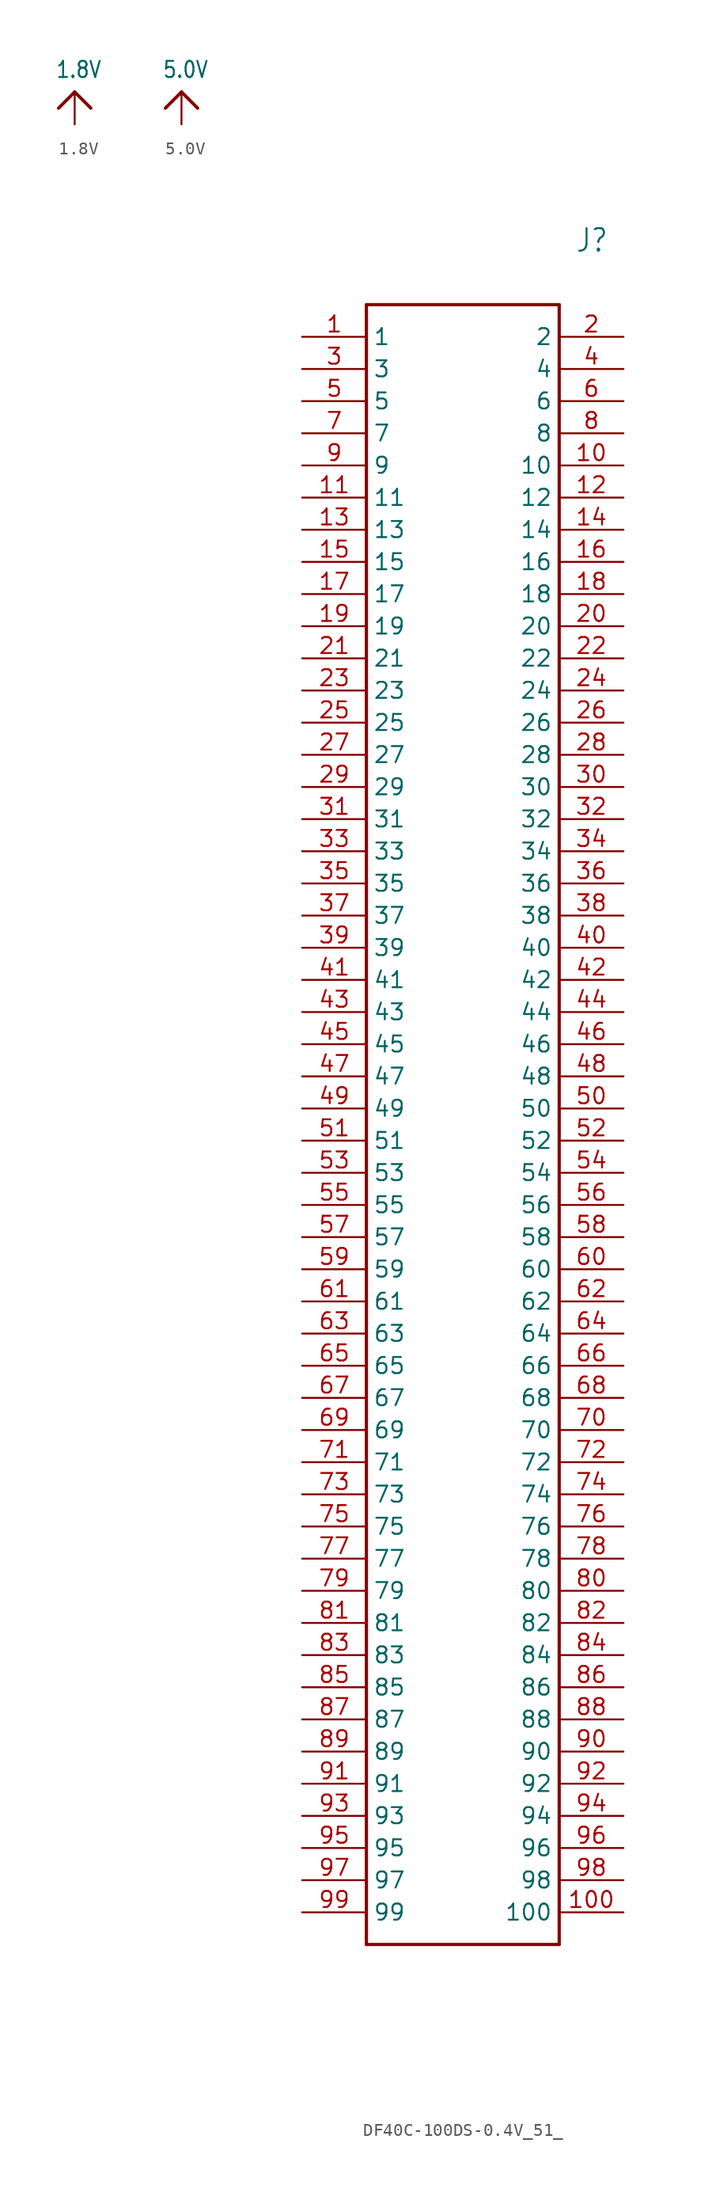
<source format=kicad_sym>
(kicad_symbol_lib
  (version 20220914)
  (generator kicad_symbol_editor)
  (symbol "1.8V"
    (power)
    (property "Reference" ""
      (at 0 0 0)
      (effects (font (size 1.27 1.27)) hide))
    (property "Value" "1.8V"
      (at -1.524 1.016 0)
      (effects (font (size 1.27 1.079)) (justify left bottom)))
    (property "ki_locked" ""
      (at 0 0 0)
      (effects (font (size 1.27 1.27))))
    (symbol "1.8V_1_0"
      (polyline (pts (xy -1.27 -1.27) (xy 0 0)) (stroke (width 0.254) (type solid)) (fill (type none)))
      (polyline (pts (xy 0 0) (xy 1.27 -1.27)) (stroke (width 0.254) (type solid)) (fill (type none)))
      (pin power_in line (at 0 -2.54 90) (length 2.54) (name "1.8V" (effects (font (size 0 0)))) (number "1" (effects (font (size 0 0)))))))
  (symbol "5.0V"
    (power)
    (property "Reference" ""
      (at 0 0 0)
      (effects (font (size 1.27 1.27)) hide))
    (property "Value" "5.0V"
      (at -1.524 1.016 0)
      (effects (font (size 1.27 1.079)) (justify left bottom)))
    (property "ki_locked" ""
      (at 0 0 0)
      (effects (font (size 1.27 1.27))))
    (symbol "5.0V_1_0"
      (polyline (pts (xy -1.27 -1.27) (xy 0 0)) (stroke (width 0.254) (type solid)) (fill (type none)))
      (polyline (pts (xy 0 0) (xy 1.27 -1.27)) (stroke (width 0.254) (type solid)) (fill (type none)))
      (pin power_in line (at 0 -2.54 90) (length 2.54) (name "5.0V" (effects (font (size 0 0)))) (number "1" (effects (font (size 0 0)))))))
  (symbol "DF40C-100DS-0.4V_51_"
    (property "Reference" "J"
      (at 21.59 7.62 0)
      (effects (font (size 1.778 1.511)) (justify left)))
    (property "Value" ""
      (at 21.59 5.08 0)
      (effects (font (size 1.778 1.511)) (justify left)))
    (property "ki_locked" ""
      (at 0 0 0)
      (effects (font (size 1.27 1.27))))
    (symbol "DF40C-100DS-0.4V_51__1_0"
      (polyline (pts (xy 5.08 2.54) (xy 5.08 -127)) (stroke (width 0.254) (type solid)) (fill (type none)))
      (polyline (pts (xy 5.08 2.54) (xy 20.32 2.54)) (stroke (width 0.254) (type solid)) (fill (type none)))
      (polyline (pts (xy 20.32 -127) (xy 5.08 -127)) (stroke (width 0.254) (type solid)) (fill (type none)))
      (polyline (pts (xy 20.32 -127) (xy 20.32 2.54)) (stroke (width 0.254) (type solid)) (fill (type none)))
      (pin bidirectional line (at 0 0 0) (length 5.08) (name "1" (effects (font (size 1.27 1.27)))) (number "1" (effects (font (size 1.27 1.27)))))
      (pin bidirectional line (at 25.4 -10.16 180) (length 5.08) (name "10" (effects (font (size 1.27 1.27)))) (number "10" (effects (font (size 1.27 1.27)))))
      (pin bidirectional line (at 25.4 -124.46 180) (length 5.08) (name "100" (effects (font (size 1.27 1.27)))) (number "100" (effects (font (size 1.27 1.27)))))
      (pin bidirectional line (at 0 -12.7 0) (length 5.08) (name "11" (effects (font (size 1.27 1.27)))) (number "11" (effects (font (size 1.27 1.27)))))
      (pin bidirectional line (at 25.4 -12.7 180) (length 5.08) (name "12" (effects (font (size 1.27 1.27)))) (number "12" (effects (font (size 1.27 1.27)))))
      (pin bidirectional line (at 0 -15.24 0) (length 5.08) (name "13" (effects (font (size 1.27 1.27)))) (number "13" (effects (font (size 1.27 1.27)))))
      (pin bidirectional line (at 25.4 -15.24 180) (length 5.08) (name "14" (effects (font (size 1.27 1.27)))) (number "14" (effects (font (size 1.27 1.27)))))
      (pin bidirectional line (at 0 -17.78 0) (length 5.08) (name "15" (effects (font (size 1.27 1.27)))) (number "15" (effects (font (size 1.27 1.27)))))
      (pin bidirectional line (at 25.4 -17.78 180) (length 5.08) (name "16" (effects (font (size 1.27 1.27)))) (number "16" (effects (font (size 1.27 1.27)))))
      (pin bidirectional line (at 0 -20.32 0) (length 5.08) (name "17" (effects (font (size 1.27 1.27)))) (number "17" (effects (font (size 1.27 1.27)))))
      (pin bidirectional line (at 25.4 -20.32 180) (length 5.08) (name "18" (effects (font (size 1.27 1.27)))) (number "18" (effects (font (size 1.27 1.27)))))
      (pin bidirectional line (at 0 -22.86 0) (length 5.08) (name "19" (effects (font (size 1.27 1.27)))) (number "19" (effects (font (size 1.27 1.27)))))
      (pin bidirectional line (at 25.4 0 180) (length 5.08) (name "2" (effects (font (size 1.27 1.27)))) (number "2" (effects (font (size 1.27 1.27)))))
      (pin bidirectional line (at 25.4 -22.86 180) (length 5.08) (name "20" (effects (font (size 1.27 1.27)))) (number "20" (effects (font (size 1.27 1.27)))))
      (pin bidirectional line (at 0 -25.4 0) (length 5.08) (name "21" (effects (font (size 1.27 1.27)))) (number "21" (effects (font (size 1.27 1.27)))))
      (pin bidirectional line (at 25.4 -25.4 180) (length 5.08) (name "22" (effects (font (size 1.27 1.27)))) (number "22" (effects (font (size 1.27 1.27)))))
      (pin bidirectional line (at 0 -27.94 0) (length 5.08) (name "23" (effects (font (size 1.27 1.27)))) (number "23" (effects (font (size 1.27 1.27)))))
      (pin bidirectional line (at 25.4 -27.94 180) (length 5.08) (name "24" (effects (font (size 1.27 1.27)))) (number "24" (effects (font (size 1.27 1.27)))))
      (pin bidirectional line (at 0 -30.48 0) (length 5.08) (name "25" (effects (font (size 1.27 1.27)))) (number "25" (effects (font (size 1.27 1.27)))))
      (pin bidirectional line (at 25.4 -30.48 180) (length 5.08) (name "26" (effects (font (size 1.27 1.27)))) (number "26" (effects (font (size 1.27 1.27)))))
      (pin bidirectional line (at 0 -33.02 0) (length 5.08) (name "27" (effects (font (size 1.27 1.27)))) (number "27" (effects (font (size 1.27 1.27)))))
      (pin bidirectional line (at 25.4 -33.02 180) (length 5.08) (name "28" (effects (font (size 1.27 1.27)))) (number "28" (effects (font (size 1.27 1.27)))))
      (pin bidirectional line (at 0 -35.56 0) (length 5.08) (name "29" (effects (font (size 1.27 1.27)))) (number "29" (effects (font (size 1.27 1.27)))))
      (pin bidirectional line (at 0 -2.54 0) (length 5.08) (name "3" (effects (font (size 1.27 1.27)))) (number "3" (effects (font (size 1.27 1.27)))))
      (pin bidirectional line (at 25.4 -35.56 180) (length 5.08) (name "30" (effects (font (size 1.27 1.27)))) (number "30" (effects (font (size 1.27 1.27)))))
      (pin bidirectional line (at 0 -38.1 0) (length 5.08) (name "31" (effects (font (size 1.27 1.27)))) (number "31" (effects (font (size 1.27 1.27)))))
      (pin bidirectional line (at 25.4 -38.1 180) (length 5.08) (name "32" (effects (font (size 1.27 1.27)))) (number "32" (effects (font (size 1.27 1.27)))))
      (pin bidirectional line (at 0 -40.64 0) (length 5.08) (name "33" (effects (font (size 1.27 1.27)))) (number "33" (effects (font (size 1.27 1.27)))))
      (pin bidirectional line (at 25.4 -40.64 180) (length 5.08) (name "34" (effects (font (size 1.27 1.27)))) (number "34" (effects (font (size 1.27 1.27)))))
      (pin bidirectional line (at 0 -43.18 0) (length 5.08) (name "35" (effects (font (size 1.27 1.27)))) (number "35" (effects (font (size 1.27 1.27)))))
      (pin bidirectional line (at 25.4 -43.18 180) (length 5.08) (name "36" (effects (font (size 1.27 1.27)))) (number "36" (effects (font (size 1.27 1.27)))))
      (pin bidirectional line (at 0 -45.72 0) (length 5.08) (name "37" (effects (font (size 1.27 1.27)))) (number "37" (effects (font (size 1.27 1.27)))))
      (pin bidirectional line (at 25.4 -45.72 180) (length 5.08) (name "38" (effects (font (size 1.27 1.27)))) (number "38" (effects (font (size 1.27 1.27)))))
      (pin bidirectional line (at 0 -48.26 0) (length 5.08) (name "39" (effects (font (size 1.27 1.27)))) (number "39" (effects (font (size 1.27 1.27)))))
      (pin bidirectional line (at 25.4 -2.54 180) (length 5.08) (name "4" (effects (font (size 1.27 1.27)))) (number "4" (effects (font (size 1.27 1.27)))))
      (pin bidirectional line (at 25.4 -48.26 180) (length 5.08) (name "40" (effects (font (size 1.27 1.27)))) (number "40" (effects (font (size 1.27 1.27)))))
      (pin bidirectional line (at 0 -50.8 0) (length 5.08) (name "41" (effects (font (size 1.27 1.27)))) (number "41" (effects (font (size 1.27 1.27)))))
      (pin bidirectional line (at 25.4 -50.8 180) (length 5.08) (name "42" (effects (font (size 1.27 1.27)))) (number "42" (effects (font (size 1.27 1.27)))))
      (pin bidirectional line (at 0 -53.34 0) (length 5.08) (name "43" (effects (font (size 1.27 1.27)))) (number "43" (effects (font (size 1.27 1.27)))))
      (pin bidirectional line (at 25.4 -53.34 180) (length 5.08) (name "44" (effects (font (size 1.27 1.27)))) (number "44" (effects (font (size 1.27 1.27)))))
      (pin bidirectional line (at 0 -55.88 0) (length 5.08) (name "45" (effects (font (size 1.27 1.27)))) (number "45" (effects (font (size 1.27 1.27)))))
      (pin bidirectional line (at 25.4 -55.88 180) (length 5.08) (name "46" (effects (font (size 1.27 1.27)))) (number "46" (effects (font (size 1.27 1.27)))))
      (pin bidirectional line (at 0 -58.42 0) (length 5.08) (name "47" (effects (font (size 1.27 1.27)))) (number "47" (effects (font (size 1.27 1.27)))))
      (pin bidirectional line (at 25.4 -58.42 180) (length 5.08) (name "48" (effects (font (size 1.27 1.27)))) (number "48" (effects (font (size 1.27 1.27)))))
      (pin bidirectional line (at 0 -60.96 0) (length 5.08) (name "49" (effects (font (size 1.27 1.27)))) (number "49" (effects (font (size 1.27 1.27)))))
      (pin bidirectional line (at 0 -5.08 0) (length 5.08) (name "5" (effects (font (size 1.27 1.27)))) (number "5" (effects (font (size 1.27 1.27)))))
      (pin bidirectional line (at 25.4 -60.96 180) (length 5.08) (name "50" (effects (font (size 1.27 1.27)))) (number "50" (effects (font (size 1.27 1.27)))))
      (pin bidirectional line (at 0 -63.5 0) (length 5.08) (name "51" (effects (font (size 1.27 1.27)))) (number "51" (effects (font (size 1.27 1.27)))))
      (pin bidirectional line (at 25.4 -63.5 180) (length 5.08) (name "52" (effects (font (size 1.27 1.27)))) (number "52" (effects (font (size 1.27 1.27)))))
      (pin bidirectional line (at 0 -66.04 0) (length 5.08) (name "53" (effects (font (size 1.27 1.27)))) (number "53" (effects (font (size 1.27 1.27)))))
      (pin bidirectional line (at 25.4 -66.04 180) (length 5.08) (name "54" (effects (font (size 1.27 1.27)))) (number "54" (effects (font (size 1.27 1.27)))))
      (pin bidirectional line (at 0 -68.58 0) (length 5.08) (name "55" (effects (font (size 1.27 1.27)))) (number "55" (effects (font (size 1.27 1.27)))))
      (pin bidirectional line (at 25.4 -68.58 180) (length 5.08) (name "56" (effects (font (size 1.27 1.27)))) (number "56" (effects (font (size 1.27 1.27)))))
      (pin bidirectional line (at 0 -71.12 0) (length 5.08) (name "57" (effects (font (size 1.27 1.27)))) (number "57" (effects (font (size 1.27 1.27)))))
      (pin bidirectional line (at 25.4 -71.12 180) (length 5.08) (name "58" (effects (font (size 1.27 1.27)))) (number "58" (effects (font (size 1.27 1.27)))))
      (pin bidirectional line (at 0 -73.66 0) (length 5.08) (name "59" (effects (font (size 1.27 1.27)))) (number "59" (effects (font (size 1.27 1.27)))))
      (pin bidirectional line (at 25.4 -5.08 180) (length 5.08) (name "6" (effects (font (size 1.27 1.27)))) (number "6" (effects (font (size 1.27 1.27)))))
      (pin bidirectional line (at 25.4 -73.66 180) (length 5.08) (name "60" (effects (font (size 1.27 1.27)))) (number "60" (effects (font (size 1.27 1.27)))))
      (pin bidirectional line (at 0 -76.2 0) (length 5.08) (name "61" (effects (font (size 1.27 1.27)))) (number "61" (effects (font (size 1.27 1.27)))))
      (pin bidirectional line (at 25.4 -76.2 180) (length 5.08) (name "62" (effects (font (size 1.27 1.27)))) (number "62" (effects (font (size 1.27 1.27)))))
      (pin bidirectional line (at 0 -78.74 0) (length 5.08) (name "63" (effects (font (size 1.27 1.27)))) (number "63" (effects (font (size 1.27 1.27)))))
      (pin bidirectional line (at 25.4 -78.74 180) (length 5.08) (name "64" (effects (font (size 1.27 1.27)))) (number "64" (effects (font (size 1.27 1.27)))))
      (pin bidirectional line (at 0 -81.28 0) (length 5.08) (name "65" (effects (font (size 1.27 1.27)))) (number "65" (effects (font (size 1.27 1.27)))))
      (pin bidirectional line (at 25.4 -81.28 180) (length 5.08) (name "66" (effects (font (size 1.27 1.27)))) (number "66" (effects (font (size 1.27 1.27)))))
      (pin bidirectional line (at 0 -83.82 0) (length 5.08) (name "67" (effects (font (size 1.27 1.27)))) (number "67" (effects (font (size 1.27 1.27)))))
      (pin bidirectional line (at 25.4 -83.82 180) (length 5.08) (name "68" (effects (font (size 1.27 1.27)))) (number "68" (effects (font (size 1.27 1.27)))))
      (pin bidirectional line (at 0 -86.36 0) (length 5.08) (name "69" (effects (font (size 1.27 1.27)))) (number "69" (effects (font (size 1.27 1.27)))))
      (pin bidirectional line (at 0 -7.62 0) (length 5.08) (name "7" (effects (font (size 1.27 1.27)))) (number "7" (effects (font (size 1.27 1.27)))))
      (pin bidirectional line (at 25.4 -86.36 180) (length 5.08) (name "70" (effects (font (size 1.27 1.27)))) (number "70" (effects (font (size 1.27 1.27)))))
      (pin bidirectional line (at 0 -88.9 0) (length 5.08) (name "71" (effects (font (size 1.27 1.27)))) (number "71" (effects (font (size 1.27 1.27)))))
      (pin bidirectional line (at 25.4 -88.9 180) (length 5.08) (name "72" (effects (font (size 1.27 1.27)))) (number "72" (effects (font (size 1.27 1.27)))))
      (pin bidirectional line (at 0 -91.44 0) (length 5.08) (name "73" (effects (font (size 1.27 1.27)))) (number "73" (effects (font (size 1.27 1.27)))))
      (pin bidirectional line (at 25.4 -91.44 180) (length 5.08) (name "74" (effects (font (size 1.27 1.27)))) (number "74" (effects (font (size 1.27 1.27)))))
      (pin bidirectional line (at 0 -93.98 0) (length 5.08) (name "75" (effects (font (size 1.27 1.27)))) (number "75" (effects (font (size 1.27 1.27)))))
      (pin bidirectional line (at 25.4 -93.98 180) (length 5.08) (name "76" (effects (font (size 1.27 1.27)))) (number "76" (effects (font (size 1.27 1.27)))))
      (pin bidirectional line (at 0 -96.52 0) (length 5.08) (name "77" (effects (font (size 1.27 1.27)))) (number "77" (effects (font (size 1.27 1.27)))))
      (pin bidirectional line (at 25.4 -96.52 180) (length 5.08) (name "78" (effects (font (size 1.27 1.27)))) (number "78" (effects (font (size 1.27 1.27)))))
      (pin bidirectional line (at 0 -99.06 0) (length 5.08) (name "79" (effects (font (size 1.27 1.27)))) (number "79" (effects (font (size 1.27 1.27)))))
      (pin bidirectional line (at 25.4 -7.62 180) (length 5.08) (name "8" (effects (font (size 1.27 1.27)))) (number "8" (effects (font (size 1.27 1.27)))))
      (pin bidirectional line (at 25.4 -99.06 180) (length 5.08) (name "80" (effects (font (size 1.27 1.27)))) (number "80" (effects (font (size 1.27 1.27)))))
      (pin bidirectional line (at 0 -101.6 0) (length 5.08) (name "81" (effects (font (size 1.27 1.27)))) (number "81" (effects (font (size 1.27 1.27)))))
      (pin bidirectional line (at 25.4 -101.6 180) (length 5.08) (name "82" (effects (font (size 1.27 1.27)))) (number "82" (effects (font (size 1.27 1.27)))))
      (pin bidirectional line (at 0 -104.14 0) (length 5.08) (name "83" (effects (font (size 1.27 1.27)))) (number "83" (effects (font (size 1.27 1.27)))))
      (pin bidirectional line (at 25.4 -104.14 180) (length 5.08) (name "84" (effects (font (size 1.27 1.27)))) (number "84" (effects (font (size 1.27 1.27)))))
      (pin bidirectional line (at 0 -106.68 0) (length 5.08) (name "85" (effects (font (size 1.27 1.27)))) (number "85" (effects (font (size 1.27 1.27)))))
      (pin bidirectional line (at 25.4 -106.68 180) (length 5.08) (name "86" (effects (font (size 1.27 1.27)))) (number "86" (effects (font (size 1.27 1.27)))))
      (pin bidirectional line (at 0 -109.22 0) (length 5.08) (name "87" (effects (font (size 1.27 1.27)))) (number "87" (effects (font (size 1.27 1.27)))))
      (pin bidirectional line (at 25.4 -109.22 180) (length 5.08) (name "88" (effects (font (size 1.27 1.27)))) (number "88" (effects (font (size 1.27 1.27)))))
      (pin bidirectional line (at 0 -111.76 0) (length 5.08) (name "89" (effects (font (size 1.27 1.27)))) (number "89" (effects (font (size 1.27 1.27)))))
      (pin bidirectional line (at 0 -10.16 0) (length 5.08) (name "9" (effects (font (size 1.27 1.27)))) (number "9" (effects (font (size 1.27 1.27)))))
      (pin bidirectional line (at 25.4 -111.76 180) (length 5.08) (name "90" (effects (font (size 1.27 1.27)))) (number "90" (effects (font (size 1.27 1.27)))))
      (pin bidirectional line (at 0 -114.3 0) (length 5.08) (name "91" (effects (font (size 1.27 1.27)))) (number "91" (effects (font (size 1.27 1.27)))))
      (pin bidirectional line (at 25.4 -114.3 180) (length 5.08) (name "92" (effects (font (size 1.27 1.27)))) (number "92" (effects (font (size 1.27 1.27)))))
      (pin bidirectional line (at 0 -116.84 0) (length 5.08) (name "93" (effects (font (size 1.27 1.27)))) (number "93" (effects (font (size 1.27 1.27)))))
      (pin bidirectional line (at 25.4 -116.84 180) (length 5.08) (name "94" (effects (font (size 1.27 1.27)))) (number "94" (effects (font (size 1.27 1.27)))))
      (pin bidirectional line (at 0 -119.38 0) (length 5.08) (name "95" (effects (font (size 1.27 1.27)))) (number "95" (effects (font (size 1.27 1.27)))))
      (pin bidirectional line (at 25.4 -119.38 180) (length 5.08) (name "96" (effects (font (size 1.27 1.27)))) (number "96" (effects (font (size 1.27 1.27)))))
      (pin bidirectional line (at 0 -121.92 0) (length 5.08) (name "97" (effects (font (size 1.27 1.27)))) (number "97" (effects (font (size 1.27 1.27)))))
      (pin bidirectional line (at 25.4 -121.92 180) (length 5.08) (name "98" (effects (font (size 1.27 1.27)))) (number "98" (effects (font (size 1.27 1.27)))))
      (pin bidirectional line (at 0 -124.46 0) (length 5.08) (name "99" (effects (font (size 1.27 1.27)))) (number "99" (effects (font (size 1.27 1.27))))))))
</source>
